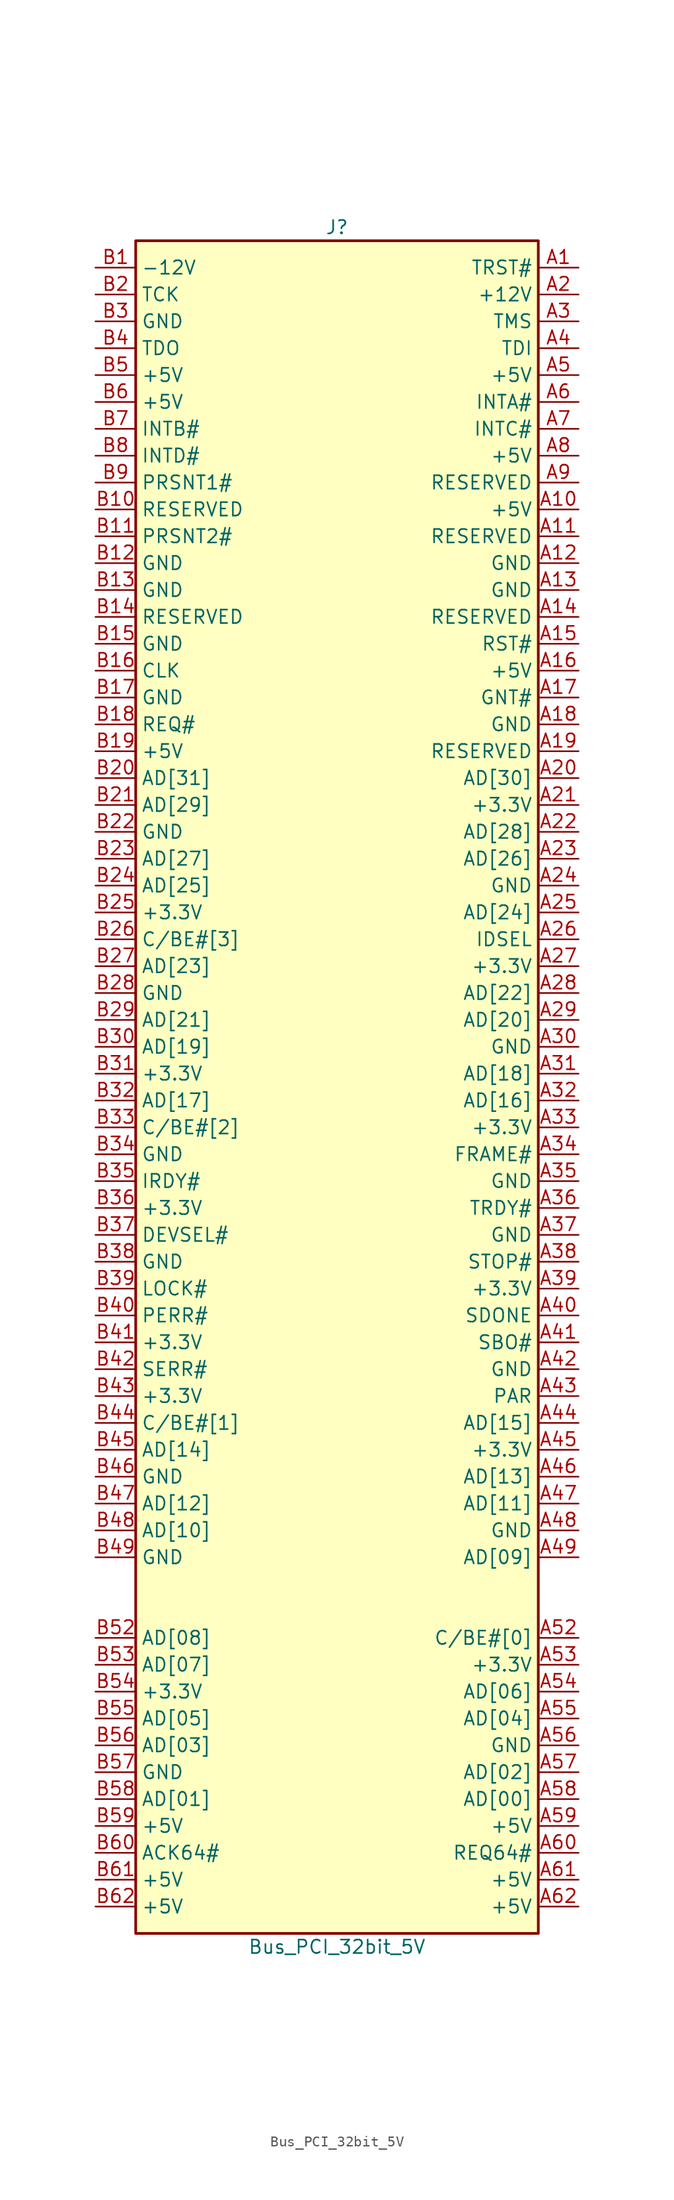
<source format=kicad_sym>
(kicad_symbol_lib
  (version 20241209)
  (generator "kicad_symbol_editor")
  (generator_version "9.0")
  (symbol "Bus_PCI_32bit_5V"
    (property "Reference" "J"
      (at 0 80.01 0)
      (effects (font (size 1.27 1.27))))
    (property "Value" "Bus_PCI_32bit_5V"
      (at 0 -82.55 0)
      (effects (font (size 1.27 1.27))))
    (symbol "Bus_PCI_32bit_5V_0_1"
      (rectangle (start -19.05 -81.28) (end 19.05 78.74) (stroke (width 0.254) (type default)) (fill (type background))))
    (symbol "Bus_PCI_32bit_5V_1_1"
      (pin power_in line (at -22.86 76.2 0) (length 3.81) (name "-12V" (effects (font (size 1.27 1.27)))) (number "B1" (effects (font (size 1.27 1.27)))))
      (pin output line (at -22.86 73.66 0) (length 3.81) (name "TCK" (effects (font (size 1.27 1.27)))) (number "B2" (effects (font (size 1.27 1.27)))))
      (pin power_in line (at -22.86 71.12 0) (length 3.81) (name "GND" (effects (font (size 1.27 1.27)))) (number "B3" (effects (font (size 1.27 1.27)))))
      (pin input line (at -22.86 68.58 0) (length 3.81) (name "TDO" (effects (font (size 1.27 1.27)))) (number "B4" (effects (font (size 1.27 1.27)))))
      (pin power_in line (at -22.86 66.04 0) (length 3.81) (name "+5V" (effects (font (size 1.27 1.27)))) (number "B5" (effects (font (size 1.27 1.27)))))
      (pin power_in line (at -22.86 63.5 0) (length 3.81) (name "+5V" (effects (font (size 1.27 1.27)))) (number "B6" (effects (font (size 1.27 1.27)))))
      (pin input line (at -22.86 60.96 0) (length 3.81) (name "INTB#" (effects (font (size 1.27 1.27)))) (number "B7" (effects (font (size 1.27 1.27)))))
      (pin input line (at -22.86 58.42 0) (length 3.81) (name "INTD#" (effects (font (size 1.27 1.27)))) (number "B8" (effects (font (size 1.27 1.27)))))
      (pin input line (at -22.86 55.88 0) (length 3.81) (name "PRSNT1#" (effects (font (size 1.27 1.27)))) (number "B9" (effects (font (size 1.27 1.27)))))
      (pin passive line (at -22.86 53.34 0) (length 3.81) (name "RESERVED" (effects (font (size 1.27 1.27)))) (number "B10" (effects (font (size 1.27 1.27)))))
      (pin input line (at -22.86 50.8 0) (length 3.81) (name "PRSNT2#" (effects (font (size 1.27 1.27)))) (number "B11" (effects (font (size 1.27 1.27)))))
      (pin power_in line (at -22.86 48.26 0) (length 3.81) (name "GND" (effects (font (size 1.27 1.27)))) (number "B12" (effects (font (size 1.27 1.27)))))
      (pin power_in line (at -22.86 45.72 0) (length 3.81) (name "GND" (effects (font (size 1.27 1.27)))) (number "B13" (effects (font (size 1.27 1.27)))))
      (pin passive line (at -22.86 43.18 0) (length 3.81) (name "RESERVED" (effects (font (size 1.27 1.27)))) (number "B14" (effects (font (size 1.27 1.27)))))
      (pin power_in line (at -22.86 40.64 0) (length 3.81) (name "GND" (effects (font (size 1.27 1.27)))) (number "B15" (effects (font (size 1.27 1.27)))))
      (pin output line (at -22.86 38.1 0) (length 3.81) (name "CLK" (effects (font (size 1.27 1.27)))) (number "B16" (effects (font (size 1.27 1.27)))))
      (pin power_in line (at -22.86 35.56 0) (length 3.81) (name "GND" (effects (font (size 1.27 1.27)))) (number "B17" (effects (font (size 1.27 1.27)))))
      (pin bidirectional line (at -22.86 33.02 0) (length 3.81) (name "REQ#" (effects (font (size 1.27 1.27)))) (number "B18" (effects (font (size 1.27 1.27)))))
      (pin power_in line (at -22.86 30.48 0) (length 3.81) (name "+5V" (effects (font (size 1.27 1.27)))) (number "B19" (effects (font (size 1.27 1.27)))))
      (pin bidirectional line (at -22.86 27.94 0) (length 3.81) (name "AD[31]" (effects (font (size 1.27 1.27)))) (number "B20" (effects (font (size 1.27 1.27)))))
      (pin bidirectional line (at -22.86 25.4 0) (length 3.81) (name "AD[29]" (effects (font (size 1.27 1.27)))) (number "B21" (effects (font (size 1.27 1.27)))))
      (pin power_in line (at -22.86 22.86 0) (length 3.81) (name "GND" (effects (font (size 1.27 1.27)))) (number "B22" (effects (font (size 1.27 1.27)))))
      (pin bidirectional line (at -22.86 20.32 0) (length 3.81) (name "AD[27]" (effects (font (size 1.27 1.27)))) (number "B23" (effects (font (size 1.27 1.27)))))
      (pin bidirectional line (at -22.86 17.78 0) (length 3.81) (name "AD[25]" (effects (font (size 1.27 1.27)))) (number "B24" (effects (font (size 1.27 1.27)))))
      (pin power_in line (at -22.86 15.24 0) (length 3.81) (name "+3.3V" (effects (font (size 1.27 1.27)))) (number "B25" (effects (font (size 1.27 1.27)))))
      (pin bidirectional line (at -22.86 12.7 0) (length 3.81) (name "C/BE#[3]" (effects (font (size 1.27 1.27)))) (number "B26" (effects (font (size 1.27 1.27)))))
      (pin bidirectional line (at -22.86 10.16 0) (length 3.81) (name "AD[23]" (effects (font (size 1.27 1.27)))) (number "B27" (effects (font (size 1.27 1.27)))))
      (pin power_in line (at -22.86 7.62 0) (length 3.81) (name "GND" (effects (font (size 1.27 1.27)))) (number "B28" (effects (font (size 1.27 1.27)))))
      (pin bidirectional line (at -22.86 5.08 0) (length 3.81) (name "AD[21]" (effects (font (size 1.27 1.27)))) (number "B29" (effects (font (size 1.27 1.27)))))
      (pin bidirectional line (at -22.86 2.54 0) (length 3.81) (name "AD[19]" (effects (font (size 1.27 1.27)))) (number "B30" (effects (font (size 1.27 1.27)))))
      (pin power_in line (at -22.86 0 0) (length 3.81) (name "+3.3V" (effects (font (size 1.27 1.27)))) (number "B31" (effects (font (size 1.27 1.27)))))
      (pin bidirectional line (at -22.86 -2.54 0) (length 3.81) (name "AD[17]" (effects (font (size 1.27 1.27)))) (number "B32" (effects (font (size 1.27 1.27)))))
      (pin bidirectional line (at -22.86 -5.08 0) (length 3.81) (name "C/BE#[2]" (effects (font (size 1.27 1.27)))) (number "B33" (effects (font (size 1.27 1.27)))))
      (pin power_in line (at -22.86 -7.62 0) (length 3.81) (name "GND" (effects (font (size 1.27 1.27)))) (number "B34" (effects (font (size 1.27 1.27)))))
      (pin bidirectional line (at -22.86 -10.16 0) (length 3.81) (name "IRDY#" (effects (font (size 1.27 1.27)))) (number "B35" (effects (font (size 1.27 1.27)))))
      (pin power_in line (at -22.86 -12.7 0) (length 3.81) (name "+3.3V" (effects (font (size 1.27 1.27)))) (number "B36" (effects (font (size 1.27 1.27)))))
      (pin bidirectional line (at -22.86 -15.24 0) (length 3.81) (name "DEVSEL#" (effects (font (size 1.27 1.27)))) (number "B37" (effects (font (size 1.27 1.27)))))
      (pin power_in line (at -22.86 -17.78 0) (length 3.81) (name "GND" (effects (font (size 1.27 1.27)))) (number "B38" (effects (font (size 1.27 1.27)))))
      (pin bidirectional line (at -22.86 -20.32 0) (length 3.81) (name "LOCK#" (effects (font (size 1.27 1.27)))) (number "B39" (effects (font (size 1.27 1.27)))))
      (pin bidirectional line (at -22.86 -22.86 0) (length 3.81) (name "PERR#" (effects (font (size 1.27 1.27)))) (number "B40" (effects (font (size 1.27 1.27)))))
      (pin power_in line (at -22.86 -25.4 0) (length 3.81) (name "+3.3V" (effects (font (size 1.27 1.27)))) (number "B41" (effects (font (size 1.27 1.27)))))
      (pin input line (at -22.86 -27.94 0) (length 3.81) (name "SERR#" (effects (font (size 1.27 1.27)))) (number "B42" (effects (font (size 1.27 1.27)))))
      (pin power_in line (at -22.86 -30.48 0) (length 3.81) (name "+3.3V" (effects (font (size 1.27 1.27)))) (number "B43" (effects (font (size 1.27 1.27)))))
      (pin bidirectional line (at -22.86 -33.02 0) (length 3.81) (name "C/BE#[1]" (effects (font (size 1.27 1.27)))) (number "B44" (effects (font (size 1.27 1.27)))))
      (pin bidirectional line (at -22.86 -35.56 0) (length 3.81) (name "AD[14]" (effects (font (size 1.27 1.27)))) (number "B45" (effects (font (size 1.27 1.27)))))
      (pin power_in line (at -22.86 -38.1 0) (length 3.81) (name "GND" (effects (font (size 1.27 1.27)))) (number "B46" (effects (font (size 1.27 1.27)))))
      (pin bidirectional line (at -22.86 -40.64 0) (length 3.81) (name "AD[12]" (effects (font (size 1.27 1.27)))) (number "B47" (effects (font (size 1.27 1.27)))))
      (pin bidirectional line (at -22.86 -43.18 0) (length 3.81) (name "AD[10]" (effects (font (size 1.27 1.27)))) (number "B48" (effects (font (size 1.27 1.27)))))
      (pin power_in line (at -22.86 -45.72 0) (length 3.81) (name "GND" (effects (font (size 1.27 1.27)))) (number "B49" (effects (font (size 1.27 1.27)))))
      (pin bidirectional line (at -22.86 -53.34 0) (length 3.81) (name "AD[08]" (effects (font (size 1.27 1.27)))) (number "B52" (effects (font (size 1.27 1.27)))))
      (pin bidirectional line (at -22.86 -55.88 0) (length 3.81) (name "AD[07]" (effects (font (size 1.27 1.27)))) (number "B53" (effects (font (size 1.27 1.27)))))
      (pin input line (at -22.86 -58.42 0) (length 3.81) (name "+3.3V" (effects (font (size 1.27 1.27)))) (number "B54" (effects (font (size 1.27 1.27)))))
      (pin bidirectional line (at -22.86 -60.96 0) (length 3.81) (name "AD[05]" (effects (font (size 1.27 1.27)))) (number "B55" (effects (font (size 1.27 1.27)))))
      (pin bidirectional line (at -22.86 -63.5 0) (length 3.81) (name "AD[03]" (effects (font (size 1.27 1.27)))) (number "B56" (effects (font (size 1.27 1.27)))))
      (pin power_in line (at -22.86 -66.04 0) (length 3.81) (name "GND" (effects (font (size 1.27 1.27)))) (number "B57" (effects (font (size 1.27 1.27)))))
      (pin bidirectional line (at -22.86 -68.58 0) (length 3.81) (name "AD[01]" (effects (font (size 1.27 1.27)))) (number "B58" (effects (font (size 1.27 1.27)))))
      (pin power_in line (at -22.86 -71.12 0) (length 3.81) (name "+5V" (effects (font (size 1.27 1.27)))) (number "B59" (effects (font (size 1.27 1.27)))))
      (pin bidirectional line (at -22.86 -73.66 0) (length 3.81) (name "ACK64#" (effects (font (size 1.27 1.27)))) (number "B60" (effects (font (size 1.27 1.27)))))
      (pin power_in line (at -22.86 -76.2 0) (length 3.81) (name "+5V" (effects (font (size 1.27 1.27)))) (number "B61" (effects (font (size 1.27 1.27)))))
      (pin power_in line (at -22.86 -78.74 0) (length 3.81) (name "+5V" (effects (font (size 1.27 1.27)))) (number "B62" (effects (font (size 1.27 1.27)))))
      (pin output line (at 22.86 76.2 180) (length 3.81) (name "TRST#" (effects (font (size 1.27 1.27)))) (number "A1" (effects (font (size 1.27 1.27)))))
      (pin power_in line (at 22.86 73.66 180) (length 3.81) (name "+12V" (effects (font (size 1.27 1.27)))) (number "A2" (effects (font (size 1.27 1.27)))))
      (pin output line (at 22.86 71.12 180) (length 3.81) (name "TMS" (effects (font (size 1.27 1.27)))) (number "A3" (effects (font (size 1.27 1.27)))))
      (pin output line (at 22.86 68.58 180) (length 3.81) (name "TDI" (effects (font (size 1.27 1.27)))) (number "A4" (effects (font (size 1.27 1.27)))))
      (pin power_in line (at 22.86 66.04 180) (length 3.81) (name "+5V" (effects (font (size 1.27 1.27)))) (number "A5" (effects (font (size 1.27 1.27)))))
      (pin input line (at 22.86 63.5 180) (length 3.81) (name "INTA#" (effects (font (size 1.27 1.27)))) (number "A6" (effects (font (size 1.27 1.27)))))
      (pin input line (at 22.86 60.96 180) (length 3.81) (name "INTC#" (effects (font (size 1.27 1.27)))) (number "A7" (effects (font (size 1.27 1.27)))))
      (pin power_in line (at 22.86 58.42 180) (length 3.81) (name "+5V" (effects (font (size 1.27 1.27)))) (number "A8" (effects (font (size 1.27 1.27)))))
      (pin passive line (at 22.86 55.88 180) (length 3.81) (name "RESERVED" (effects (font (size 1.27 1.27)))) (number "A9" (effects (font (size 1.27 1.27)))))
      (pin power_in line (at 22.86 53.34 180) (length 3.81) (name "+5V" (effects (font (size 1.27 1.27)))) (number "A10" (effects (font (size 1.27 1.27)))))
      (pin passive line (at 22.86 50.8 180) (length 3.81) (name "RESERVED" (effects (font (size 1.27 1.27)))) (number "A11" (effects (font (size 1.27 1.27)))))
      (pin power_in line (at 22.86 48.26 180) (length 3.81) (name "GND" (effects (font (size 1.27 1.27)))) (number "A12" (effects (font (size 1.27 1.27)))))
      (pin power_in line (at 22.86 45.72 180) (length 3.81) (name "GND" (effects (font (size 1.27 1.27)))) (number "A13" (effects (font (size 1.27 1.27)))))
      (pin passive line (at 22.86 43.18 180) (length 3.81) (name "RESERVED" (effects (font (size 1.27 1.27)))) (number "A14" (effects (font (size 1.27 1.27)))))
      (pin output line (at 22.86 40.64 180) (length 3.81) (name "RST#" (effects (font (size 1.27 1.27)))) (number "A15" (effects (font (size 1.27 1.27)))))
      (pin power_in line (at 22.86 38.1 180) (length 3.81) (name "+5V" (effects (font (size 1.27 1.27)))) (number "A16" (effects (font (size 1.27 1.27)))))
      (pin bidirectional line (at 22.86 35.56 180) (length 3.81) (name "GNT#" (effects (font (size 1.27 1.27)))) (number "A17" (effects (font (size 1.27 1.27)))))
      (pin power_in line (at 22.86 33.02 180) (length 3.81) (name "GND" (effects (font (size 1.27 1.27)))) (number "A18" (effects (font (size 1.27 1.27)))))
      (pin passive line (at 22.86 30.48 180) (length 3.81) (name "RESERVED" (effects (font (size 1.27 1.27)))) (number "A19" (effects (font (size 1.27 1.27)))))
      (pin bidirectional line (at 22.86 27.94 180) (length 3.81) (name "AD[30]" (effects (font (size 1.27 1.27)))) (number "A20" (effects (font (size 1.27 1.27)))))
      (pin power_in line (at 22.86 25.4 180) (length 3.81) (name "+3.3V" (effects (font (size 1.27 1.27)))) (number "A21" (effects (font (size 1.27 1.27)))))
      (pin bidirectional line (at 22.86 22.86 180) (length 3.81) (name "AD[28]" (effects (font (size 1.27 1.27)))) (number "A22" (effects (font (size 1.27 1.27)))))
      (pin bidirectional line (at 22.86 20.32 180) (length 3.81) (name "AD[26]" (effects (font (size 1.27 1.27)))) (number "A23" (effects (font (size 1.27 1.27)))))
      (pin power_in line (at 22.86 17.78 180) (length 3.81) (name "GND" (effects (font (size 1.27 1.27)))) (number "A24" (effects (font (size 1.27 1.27)))))
      (pin bidirectional line (at 22.86 15.24 180) (length 3.81) (name "AD[24]" (effects (font (size 1.27 1.27)))) (number "A25" (effects (font (size 1.27 1.27)))))
      (pin output line (at 22.86 12.7 180) (length 3.81) (name "IDSEL" (effects (font (size 1.27 1.27)))) (number "A26" (effects (font (size 1.27 1.27)))))
      (pin power_in line (at 22.86 10.16 180) (length 3.81) (name "+3.3V" (effects (font (size 1.27 1.27)))) (number "A27" (effects (font (size 1.27 1.27)))))
      (pin bidirectional line (at 22.86 7.62 180) (length 3.81) (name "AD[22]" (effects (font (size 1.27 1.27)))) (number "A28" (effects (font (size 1.27 1.27)))))
      (pin bidirectional line (at 22.86 5.08 180) (length 3.81) (name "AD[20]" (effects (font (size 1.27 1.27)))) (number "A29" (effects (font (size 1.27 1.27)))))
      (pin power_in line (at 22.86 2.54 180) (length 3.81) (name "GND" (effects (font (size 1.27 1.27)))) (number "A30" (effects (font (size 1.27 1.27)))))
      (pin bidirectional line (at 22.86 0 180) (length 3.81) (name "AD[18]" (effects (font (size 1.27 1.27)))) (number "A31" (effects (font (size 1.27 1.27)))))
      (pin bidirectional line (at 22.86 -2.54 180) (length 3.81) (name "AD[16]" (effects (font (size 1.27 1.27)))) (number "A32" (effects (font (size 1.27 1.27)))))
      (pin power_in line (at 22.86 -5.08 180) (length 3.81) (name "+3.3V" (effects (font (size 1.27 1.27)))) (number "A33" (effects (font (size 1.27 1.27)))))
      (pin bidirectional line (at 22.86 -7.62 180) (length 3.81) (name "FRAME#" (effects (font (size 1.27 1.27)))) (number "A34" (effects (font (size 1.27 1.27)))))
      (pin power_in line (at 22.86 -10.16 180) (length 3.81) (name "GND" (effects (font (size 1.27 1.27)))) (number "A35" (effects (font (size 1.27 1.27)))))
      (pin bidirectional line (at 22.86 -12.7 180) (length 3.81) (name "TRDY#" (effects (font (size 1.27 1.27)))) (number "A36" (effects (font (size 1.27 1.27)))))
      (pin power_in line (at 22.86 -15.24 180) (length 3.81) (name "GND" (effects (font (size 1.27 1.27)))) (number "A37" (effects (font (size 1.27 1.27)))))
      (pin bidirectional line (at 22.86 -17.78 180) (length 3.81) (name "STOP#" (effects (font (size 1.27 1.27)))) (number "A38" (effects (font (size 1.27 1.27)))))
      (pin power_in line (at 22.86 -20.32 180) (length 3.81) (name "+3.3V" (effects (font (size 1.27 1.27)))) (number "A39" (effects (font (size 1.27 1.27)))))
      (pin bidirectional line (at 22.86 -22.86 180) (length 3.81) (name "SDONE" (effects (font (size 1.27 1.27)))) (number "A40" (effects (font (size 1.27 1.27)))))
      (pin bidirectional line (at 22.86 -25.4 180) (length 3.81) (name "SBO#" (effects (font (size 1.27 1.27)))) (number "A41" (effects (font (size 1.27 1.27)))))
      (pin power_in line (at 22.86 -27.94 180) (length 3.81) (name "GND" (effects (font (size 1.27 1.27)))) (number "A42" (effects (font (size 1.27 1.27)))))
      (pin bidirectional line (at 22.86 -30.48 180) (length 3.81) (name "PAR" (effects (font (size 1.27 1.27)))) (number "A43" (effects (font (size 1.27 1.27)))))
      (pin bidirectional line (at 22.86 -33.02 180) (length 3.81) (name "AD[15]" (effects (font (size 1.27 1.27)))) (number "A44" (effects (font (size 1.27 1.27)))))
      (pin power_in line (at 22.86 -35.56 180) (length 3.81) (name "+3.3V" (effects (font (size 1.27 1.27)))) (number "A45" (effects (font (size 1.27 1.27)))))
      (pin bidirectional line (at 22.86 -38.1 180) (length 3.81) (name "AD[13]" (effects (font (size 1.27 1.27)))) (number "A46" (effects (font (size 1.27 1.27)))))
      (pin bidirectional line (at 22.86 -40.64 180) (length 3.81) (name "AD[11]" (effects (font (size 1.27 1.27)))) (number "A47" (effects (font (size 1.27 1.27)))))
      (pin power_in line (at 22.86 -43.18 180) (length 3.81) (name "GND" (effects (font (size 1.27 1.27)))) (number "A48" (effects (font (size 1.27 1.27)))))
      (pin bidirectional line (at 22.86 -45.72 180) (length 3.81) (name "AD[09]" (effects (font (size 1.27 1.27)))) (number "A49" (effects (font (size 1.27 1.27)))))
      (pin bidirectional line (at 22.86 -53.34 180) (length 3.81) (name "C/BE#[0]" (effects (font (size 1.27 1.27)))) (number "A52" (effects (font (size 1.27 1.27)))))
      (pin power_in line (at 22.86 -55.88 180) (length 3.81) (name "+3.3V" (effects (font (size 1.27 1.27)))) (number "A53" (effects (font (size 1.27 1.27)))))
      (pin bidirectional line (at 22.86 -58.42 180) (length 3.81) (name "AD[06]" (effects (font (size 1.27 1.27)))) (number "A54" (effects (font (size 1.27 1.27)))))
      (pin bidirectional line (at 22.86 -60.96 180) (length 3.81) (name "AD[04]" (effects (font (size 1.27 1.27)))) (number "A55" (effects (font (size 1.27 1.27)))))
      (pin power_in line (at 22.86 -63.5 180) (length 3.81) (name "GND" (effects (font (size 1.27 1.27)))) (number "A56" (effects (font (size 1.27 1.27)))))
      (pin bidirectional line (at 22.86 -66.04 180) (length 3.81) (name "AD[02]" (effects (font (size 1.27 1.27)))) (number "A57" (effects (font (size 1.27 1.27)))))
      (pin bidirectional line (at 22.86 -68.58 180) (length 3.81) (name "AD[00]" (effects (font (size 1.27 1.27)))) (number "A58" (effects (font (size 1.27 1.27)))))
      (pin power_in line (at 22.86 -71.12 180) (length 3.81) (name "+5V" (effects (font (size 1.27 1.27)))) (number "A59" (effects (font (size 1.27 1.27)))))
      (pin bidirectional line (at 22.86 -73.66 180) (length 3.81) (name "REQ64#" (effects (font (size 1.27 1.27)))) (number "A60" (effects (font (size 1.27 1.27)))))
      (pin power_in line (at 22.86 -76.2 180) (length 3.81) (name "+5V" (effects (font (size 1.27 1.27)))) (number "A61" (effects (font (size 1.27 1.27)))))
      (pin power_in line (at 22.86 -78.74 180) (length 3.81) (name "+5V" (effects (font (size 1.27 1.27)))) (number "A62" (effects (font (size 1.27 1.27))))))))
</source>
